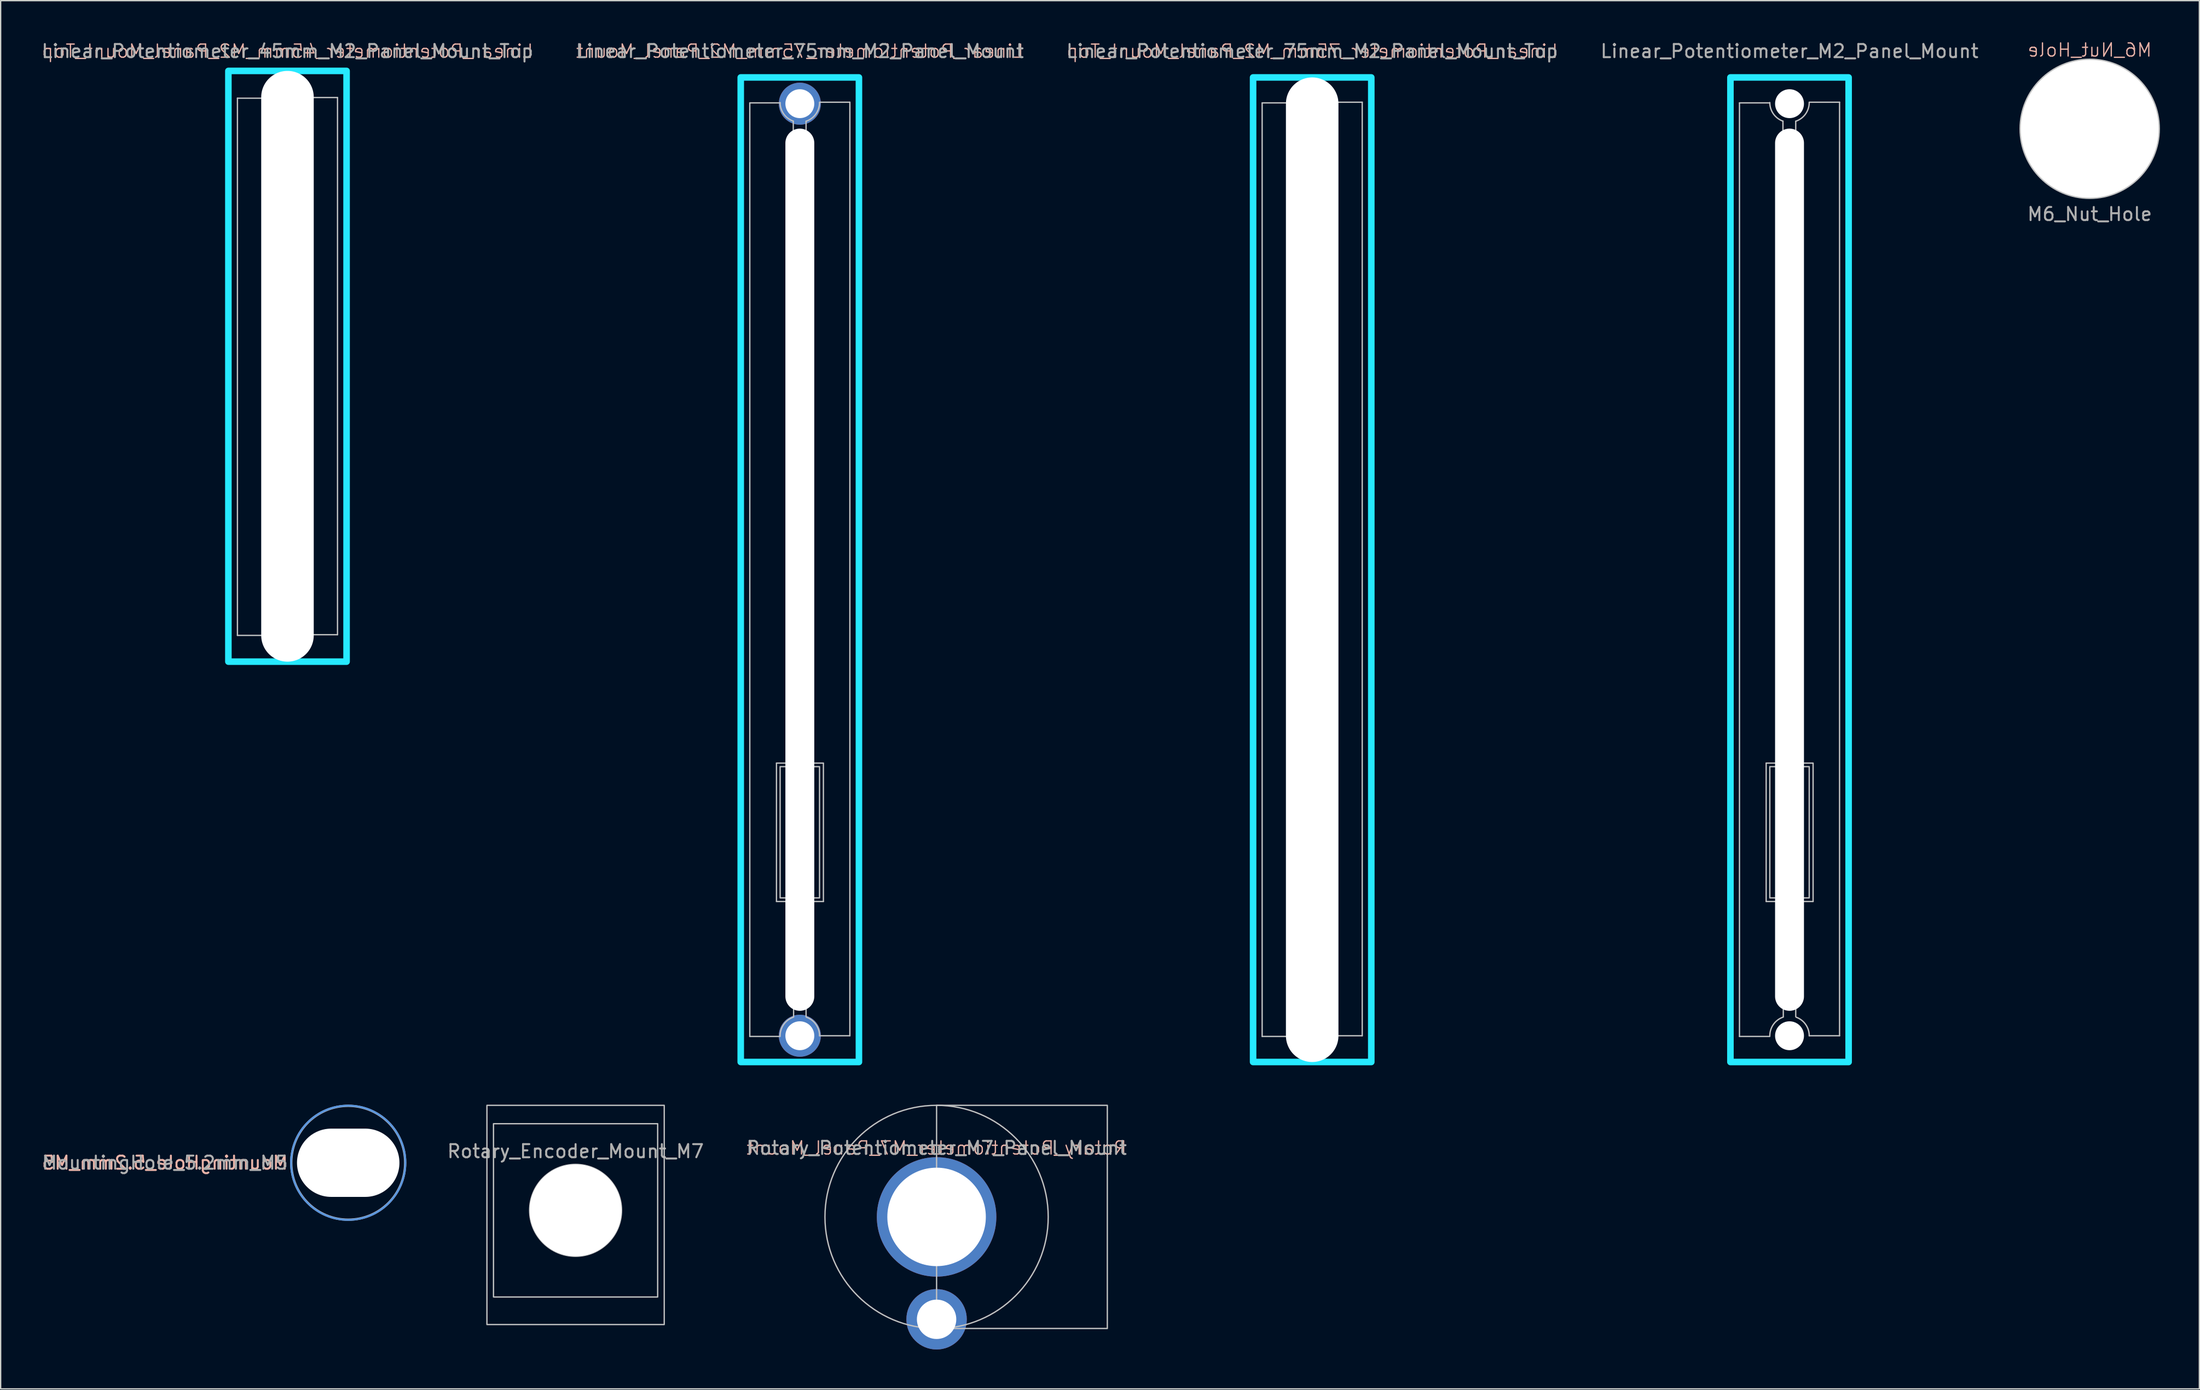
<source format=kicad_pcb>
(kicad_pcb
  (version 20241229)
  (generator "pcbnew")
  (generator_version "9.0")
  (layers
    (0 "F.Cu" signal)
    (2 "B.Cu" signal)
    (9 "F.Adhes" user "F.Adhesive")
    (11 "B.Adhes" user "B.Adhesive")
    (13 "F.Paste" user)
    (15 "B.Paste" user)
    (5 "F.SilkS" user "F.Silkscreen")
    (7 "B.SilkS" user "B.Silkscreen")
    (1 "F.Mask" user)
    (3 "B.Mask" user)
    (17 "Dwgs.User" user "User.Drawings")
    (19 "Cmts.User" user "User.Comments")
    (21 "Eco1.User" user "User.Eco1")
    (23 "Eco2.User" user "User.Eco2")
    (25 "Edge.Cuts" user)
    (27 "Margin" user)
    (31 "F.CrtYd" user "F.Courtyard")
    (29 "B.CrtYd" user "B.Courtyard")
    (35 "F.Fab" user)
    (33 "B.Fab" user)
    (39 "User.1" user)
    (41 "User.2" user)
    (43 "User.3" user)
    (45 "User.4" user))
  (footprint "M6_Nut_Hole"
    (layer "F.Cu")
    (at 156.064 6.761)
    (property "Reference" "M6_Nut_Hole" (at 0 -6 0) (unlocked yes) (layer "B.SilkS") (effects (font (size 1 1) (thickness 0.1)) (justify mirror)))
    (attr exclude_from_pos_files exclude_from_bom)
    (fp_circle (center 0 0) (end 5.25 0) (stroke (width 0.2) (type solid)) (fill no) (layer "Dwgs.User"))
    (fp_text user "${REFERENCE}" (at 0 6.5 0) (unlocked yes) (layer "F.Fab") (effects (font (size 1 1) (thickness 0.15))))
    (pad "" np_thru_hole circle (at 0 0) (size 10.5 10.5) (drill 10.5) (layers "*.Cu" "*.Mask")))
  (footprint "Rotary_Potentiometer_M7_Panel_Mount"
    (layer "F.Cu")
    (at 68.264 89.648)
    (property "Reference" "Rotary_Potentiometer_M7_Panel_Mount" (at 0 -5.25 0) (unlocked yes) (layer "B.SilkS") (effects (font (size 1 1) (thickness 0.1)) (justify mirror)))
    (attr through_hole)
    (fp_rect (start 0 -8.5) (end 13 8.5) (stroke (width 0.1) (type default)) (fill no) (layer "Dwgs.User"))
    (fp_circle (center 0 0) (end 8.5 0) (stroke (width 0.1) (type default)) (fill no) (layer "Dwgs.User"))
    (fp_text user "${REFERENCE}" (at 0 -5.25 0) (unlocked yes) (layer "F.Fab") (effects (font (size 1 1) (thickness 0.15))))
    (pad "" thru_hole circle (at 0 0) (size 9.1 9.1) (drill 7.5) (layers "*.Cu" "*.Mask"))
    (pad "" thru_hole circle (at 0 7.8) (size 4.6 4.6) (drill 3) (layers "*.Cu" "*.Mask")))
  (footprint "Linear_Potentiometer_75mm_M2_Panel_Mount"
    (layer "F.Cu")
    (at 57.851 40.348)
    (property "Reference" "Linear_Potentiometer_75mm_M2_Panel_Mount" (at 0 -39.5 0) (unlocked yes) (layer "B.SilkS") (effects (font (size 1 1) (thickness 0.1)) (justify mirror)))
    (attr through_hole)
    (fp_line (start -3.81 35.552) (end -3.81 -35.56) (stroke (width 0.1) (type default)) (layer "Dwgs.User"))
    (fp_line (start -3.81 35.552) (end -1.501 35.552) (stroke (width 0.1) (type default)) (layer "Dwgs.User"))
    (fp_line (start -1.778 14.732) (end -0.508 14.732) (stroke (width 0.1) (type default)) (layer "Dwgs.User"))
    (fp_line (start -1.778 25.273) (end -1.778 14.732) (stroke (width 0.1) (type default)) (layer "Dwgs.User"))
    (fp_line (start -1.5 -35.56) (end -3.81 -35.56) (stroke (width 0.1) (type default)) (layer "Dwgs.User"))
    (fp_line (start -0.508 14.732) (end -0.5 -34.171) (stroke (width 0.1) (type default)) (layer "Dwgs.User"))
    (fp_line (start -0.474 25.273) (end -1.778 25.273) (stroke (width 0.1) (type default)) (layer "Dwgs.User"))
    (fp_line (start -0.474 34.036) (end -0.474 25.273) (stroke (width 0.1) (type default)) (layer "Dwgs.User"))
    (fp_line (start 0 -32.5) (end 0 32.5) (stroke (width 0.1) (type default)) (layer "Dwgs.User"))
    (fp_line (start 0.474 34.036) (end 0.474 25.273) (stroke (width 0.1) (type default)) (layer "Dwgs.User"))
    (fp_line (start 0.508 14.732) (end 0.474 -34.163) (stroke (width 0.1) (type default)) (layer "Dwgs.User"))
    (fp_line (start 0.508 14.732) (end 1.778 14.732) (stroke (width 0.1) (type default)) (layer "Dwgs.User"))
    (fp_line (start 1.501 35.5) (end 3.81 35.5) (stroke (width 0.1) (type default)) (layer "Dwgs.User"))
    (fp_line (start 1.795 25.273) (end 0.491 25.273) (stroke (width 0.1) (type default)) (layer "Dwgs.User"))
    (fp_line (start 1.795 25.273) (end 1.795 14.732) (stroke (width 0.1) (type default)) (layer "Dwgs.User"))
    (fp_line (start 3.81 -35.612) (end 1.5 -35.612) (stroke (width 0.1) (type default)) (layer "Dwgs.User"))
    (fp_line (start 3.81 35.5) (end 3.81 -35.612) (stroke (width 0.1) (type default)) (layer "Dwgs.User"))
    (fp_rect (start -1.5 15) (end 1.5 25) (stroke (width 0.1) (type solid)) (fill no) (layer "Dwgs.User"))
    (fp_arc (start -1.5 35.5) (mid -1.216864 34.622934) (end -0.474342 34.076975) (stroke (width 0.1) (type default)) (layer "Dwgs.User"))
    (fp_arc (start -0.5 -34.170842) (mid -1.225397 -34.71934) (end -1.500914 -35.586025) (stroke (width 0.1) (type default)) (layer "Dwgs.User"))
    (fp_arc (start 0.5 34.084817) (mid 1.225397 34.633315) (end 1.500914 35.5) (stroke (width 0.1) (type default)) (layer "Dwgs.User"))
    (fp_arc (start 1.5 -35.586025) (mid 1.216864 -34.708959) (end 0.474342 -34.163) (stroke (width 0.1) (type default)) (layer "Dwgs.User"))
    (fp_rect (start -4.5 -37.5) (end 4.5 37.5) (stroke (width 0.5) (type default)) (fill no) (layer "B.CrtYd"))
    (fp_text user "${REFERENCE}" (at 0 -39.5 0) (unlocked yes) (layer "F.Fab") (effects (font (size 1 1) (thickness 0.15))))
    (pad "" thru_hole circle (at 0 -35.5) (size 3.2 3.2) (drill 2.2) (layers "*.Cu" "*.Mask"))
    (pad "" np_thru_hole oval (at 0 0) (size 2.2 67.2) (drill oval 2.2 67.2) (layers "*.Cu" "*.Mask"))
    (pad "" thru_hole circle (at 0 35.5) (size 3.2 3.2) (drill 2.2) (layers "*.Cu" "*.Mask")))
  (footprint "Linear_Potentiometer_45mm_M2_Panel_Mount_Top"
    (layer "F.Cu")
    (at 18.839 24.851)
    (property "Reference" "Linear_Potentiometer_45mm_M2_Panel_Mount_Top" (at 0 -24.003 0) (unlocked yes) (layer "B.SilkS") (effects (font (size 1 1) (thickness 0.1)) (justify mirror)))
    (attr through_hole)
    (fp_line (start -3.81 20.499) (end -3.81 -20.421) (stroke (width 0.1) (type default)) (layer "Dwgs.User"))
    (fp_line (start -3.81 20.499) (end -1.501 20.499) (stroke (width 0.1) (type default)) (layer "Dwgs.User"))
    (fp_line (start -1.778 -0.321) (end -0.508 -0.321) (stroke (width 0.1) (type default)) (layer "Dwgs.User"))
    (fp_line (start -1.778 10.22) (end -1.778 -0.321) (stroke (width 0.1) (type default)) (layer "Dwgs.User"))
    (fp_line (start -1.5 -20.421) (end -3.81 -20.421) (stroke (width 0.1) (type default)) (layer "Dwgs.User"))
    (fp_line (start -0.508 -0.321) (end -0.5 -19.032) (stroke (width 0.1) (type default)) (layer "Dwgs.User"))
    (fp_line (start -0.474 10.22) (end -1.778 10.22) (stroke (width 0.1) (type default)) (layer "Dwgs.User"))
    (fp_line (start -0.474 18.983) (end -0.474 10.22) (stroke (width 0.1) (type default)) (layer "Dwgs.User"))
    (fp_line (start 0 -15) (end 0 15) (stroke (width 0.1) (type default)) (layer "Dwgs.User"))
    (fp_line (start 0.474 18.983) (end 0.474 10.22) (stroke (width 0.1) (type default)) (layer "Dwgs.User"))
    (fp_line (start 0.508 -0.321) (end 0.474 -19.024) (stroke (width 0.1) (type default)) (layer "Dwgs.User"))
    (fp_line (start 0.508 -0.321) (end 1.778 -0.321) (stroke (width 0.1) (type default)) (layer "Dwgs.User"))
    (fp_line (start 1.501 20.447) (end 3.81 20.447) (stroke (width 0.1) (type default)) (layer "Dwgs.User"))
    (fp_line (start 1.795 10.22) (end 0.491 10.22) (stroke (width 0.1) (type default)) (layer "Dwgs.User"))
    (fp_line (start 1.795 10.22) (end 1.795 -0.321) (stroke (width 0.1) (type default)) (layer "Dwgs.User"))
    (fp_line (start 3.81 -20.473) (end 1.5 -20.473) (stroke (width 0.1) (type default)) (layer "Dwgs.User"))
    (fp_line (start 3.81 20.447) (end 3.81 -20.473) (stroke (width 0.1) (type default)) (layer "Dwgs.User"))
    (fp_rect (start -1.5 -0.053) (end 1.5 9.947) (stroke (width 0.1) (type solid)) (fill no) (layer "Dwgs.User"))
    (fp_arc (start -1.499996 20.447003) (mid -1.21686 19.569937) (end -0.474338 19.023978) (stroke (width 0.1) (type default)) (layer "Dwgs.User"))
    (fp_arc (start -0.500004 -19.03182) (mid -1.225401 -19.580318) (end -1.500918 -20.447003) (stroke (width 0.1) (type default)) (layer "Dwgs.User"))
    (fp_arc (start 0.500004 19.03182) (mid 1.225401 19.580318) (end 1.500918 20.447003) (stroke (width 0.1) (type default)) (layer "Dwgs.User"))
    (fp_arc (start 1.499996 -20.447003) (mid 1.21686 -19.569937) (end 0.474338 -19.023978) (stroke (width 0.1) (type default)) (layer "Dwgs.User"))
    (fp_rect (start -4.5 -22.5) (end 4.5 22.5) (stroke (width 0.5) (type default)) (fill no) (layer "B.CrtYd"))
    (fp_text user "${REFERENCE}" (at 0 -24.003 0) (unlocked yes) (layer "F.Fab") (effects (font (size 1 1) (thickness 0.15))))
    (pad "" np_thru_hole oval (at 0 0) (size 4 45) (drill oval 4 45) (layers "*.Cu" "*.Mask")))
  (footprint "Linear_Potentiometer_M2_Panel_Mount"
    (layer "F.Cu")
    (at 133.208 40.348)
    (property "Reference" "Linear_Potentiometer_M2_Panel_Mount" (at 0 -39.5 0) (unlocked yes) (layer "F.SilkS") (effects (font (size 1 1) (thickness 0.1))))
    (attr through_hole)
    (fp_line (start -3.81 35.552) (end -3.81 -35.56) (stroke (width 0.1) (type default)) (layer "Dwgs.User"))
    (fp_line (start -3.81 35.552) (end -1.501 35.552) (stroke (width 0.1) (type default)) (layer "Dwgs.User"))
    (fp_line (start -1.778 14.732) (end -0.508 14.732) (stroke (width 0.1) (type default)) (layer "Dwgs.User"))
    (fp_line (start -1.778 25.273) (end -1.778 14.732) (stroke (width 0.1) (type default)) (layer "Dwgs.User"))
    (fp_line (start -1.5 -35.56) (end -3.81 -35.56) (stroke (width 0.1) (type default)) (layer "Dwgs.User"))
    (fp_line (start -0.508 14.732) (end -0.5 -34.171) (stroke (width 0.1) (type default)) (layer "Dwgs.User"))
    (fp_line (start -0.474 25.273) (end -1.778 25.273) (stroke (width 0.1) (type default)) (layer "Dwgs.User"))
    (fp_line (start -0.474 34.036) (end -0.474 25.273) (stroke (width 0.1) (type default)) (layer "Dwgs.User"))
    (fp_line (start 0 -32.5) (end 0 32.5) (stroke (width 0.1) (type default)) (layer "Dwgs.User"))
    (fp_line (start 0.474 34.036) (end 0.474 25.273) (stroke (width 0.1) (type default)) (layer "Dwgs.User"))
    (fp_line (start 0.508 14.732) (end 0.474 -34.163) (stroke (width 0.1) (type default)) (layer "Dwgs.User"))
    (fp_line (start 0.508 14.732) (end 1.778 14.732) (stroke (width 0.1) (type default)) (layer "Dwgs.User"))
    (fp_line (start 1.501 35.5) (end 3.81 35.5) (stroke (width 0.1) (type default)) (layer "Dwgs.User"))
    (fp_line (start 1.795 25.273) (end 0.491 25.273) (stroke (width 0.1) (type default)) (layer "Dwgs.User"))
    (fp_line (start 1.795 25.273) (end 1.795 14.732) (stroke (width 0.1) (type default)) (layer "Dwgs.User"))
    (fp_line (start 3.81 -35.612) (end 1.5 -35.612) (stroke (width 0.1) (type default)) (layer "Dwgs.User"))
    (fp_line (start 3.81 35.5) (end 3.81 -35.612) (stroke (width 0.1) (type default)) (layer "Dwgs.User"))
    (fp_rect (start -1.5 15) (end 1.5 25) (stroke (width 0.1) (type solid)) (fill no) (layer "Dwgs.User"))
    (fp_arc (start -1.5 35.5) (mid -1.216864 34.622934) (end -0.474342 34.076975) (stroke (width 0.1) (type default)) (layer "Dwgs.User"))
    (fp_arc (start -0.5 -34.170842) (mid -1.225397 -34.71934) (end -1.500914 -35.586025) (stroke (width 0.1) (type default)) (layer "Dwgs.User"))
    (fp_arc (start 0.5 34.084817) (mid 1.225397 34.633315) (end 1.500914 35.5) (stroke (width 0.1) (type default)) (layer "Dwgs.User"))
    (fp_arc (start 1.5 -35.586025) (mid 1.216864 -34.708959) (end 0.474342 -34.163) (stroke (width 0.1) (type default)) (layer "Dwgs.User"))
    (fp_rect (start -4.5 -37.5) (end 4.5 37.5) (stroke (width 0.5) (type default)) (fill no) (layer "B.CrtYd"))
    (fp_text user "${REFERENCE}" (at 0 -39.5 0) (unlocked yes) (layer "F.Fab") (effects (font (size 1 1) (thickness 0.15))))
    (pad "" np_thru_hole circle (at 0 -35.5) (size 2.2 2.2) (drill 2.2) (layers "*.Cu" "*.Mask"))
    (pad "" np_thru_hole oval (at 0 0) (size 2.2 67.2) (drill oval 2.2 67.2) (layers "*.Cu" "*.Mask"))
    (pad "" np_thru_hole circle (at 0 35.5) (size 2.2 2.2) (drill 2.2) (layers "*.Cu" "*.Mask")))
  (footprint "Rotary_Encoder_Mount_M7"
    (layer "F.Cu")
    (at 40.776 89.148)
    (property "Reference" "Rotary_Encoder_Mount_M7" (at 0 -4.5 0) (unlocked yes) (layer "F.SilkS") (effects (font (size 1 1) (thickness 0.1))))
    (attr through_hole)
    (fp_rect (start -6.75 -8) (end 6.75 8.7) (stroke (width 0.1) (type default)) (fill no) (layer "Dwgs.User"))
    (fp_rect (start -6.25 -6.6) (end 6.25 6.6) (stroke (width 0.1) (type default)) (fill no) (layer "Dwgs.User"))
    (fp_circle (center 0 0) (end 3.5 0) (stroke (width 0.1) (type default)) (fill no) (layer "Dwgs.User"))
    (fp_text user "${REFERENCE}" (at 0 -4.5 0) (unlocked yes) (layer "F.Fab") (effects (font (size 1 1) (thickness 0.15))))
    (pad "" np_thru_hole circle (at 0 0) (size 7 7) (drill 7) (layers "*.Cu" "*.Mask")))
  (footprint "MountingHole_5.2mm_M5"
    (layer "F.Cu")
    (at 23.464 85.523)
    (property "Reference" "MountingHole_5.2mm_M5" (at -4.5 0 0) (layer "B.SilkS") (effects (font (size 1 1) (thickness 0.15)) (justify left mirror)))
    (attr exclude_from_pos_files exclude_from_bom)
    (fp_circle (center 0 0) (end 4.3 0) (stroke (width 0.1) (type solid)) (fill no) (layer "Dwgs.User"))
    (fp_circle (center 0 0) (end 4.4 0) (stroke (width 0.05) (type solid)) (fill no) (layer "Dwgs.User"))
    (fp_circle (center 0 0) (end 4.35 0) (stroke (width 0.15) (type solid)) (fill no) (layer "Cmts.User"))
    (fp_text user "${REFERENCE}" (at -4.5 0 0) (layer "F.Fab") (effects (font (size 1 1) (thickness 0.15)) (justify right)))
    (pad "" np_thru_hole oval (at 0 0) (size 7.8 5.2) (drill oval 7.8 5.2) (layers "*.Cu" "*.Mask")))
  (footprint "Linear_Potentiometer_75mm_M2_Panel_Mount_Top"
    (layer "F.Cu")
    (at 96.863 40.348)
    (property "Reference" "Linear_Potentiometer_75mm_M2_Panel_Mount_Top" (at 0 -39.5 0) (unlocked yes) (layer "B.SilkS") (effects (font (size 1 1) (thickness 0.1)) (justify mirror)))
    (attr through_hole)
    (fp_line (start -3.81 35.552) (end -3.81 -35.56) (stroke (width 0.1) (type default)) (layer "Dwgs.User"))
    (fp_line (start -3.81 35.552) (end -1.501 35.552) (stroke (width 0.1) (type default)) (layer "Dwgs.User"))
    (fp_line (start -1.778 14.732) (end -0.508 14.732) (stroke (width 0.1) (type default)) (layer "Dwgs.User"))
    (fp_line (start -1.778 25.273) (end -1.778 14.732) (stroke (width 0.1) (type default)) (layer "Dwgs.User"))
    (fp_line (start -1.5 -35.56) (end -3.81 -35.56) (stroke (width 0.1) (type default)) (layer "Dwgs.User"))
    (fp_line (start -0.508 14.732) (end -0.5 -34.171) (stroke (width 0.1) (type default)) (layer "Dwgs.User"))
    (fp_line (start -0.474 25.273) (end -1.778 25.273) (stroke (width 0.1) (type default)) (layer "Dwgs.User"))
    (fp_line (start -0.474 34.036) (end -0.474 25.273) (stroke (width 0.1) (type default)) (layer "Dwgs.User"))
    (fp_line (start 0 -32.5) (end 0 32.5) (stroke (width 0.1) (type default)) (layer "Dwgs.User"))
    (fp_line (start 0.474 34.036) (end 0.474 25.273) (stroke (width 0.1) (type default)) (layer "Dwgs.User"))
    (fp_line (start 0.508 14.732) (end 0.474 -34.163) (stroke (width 0.1) (type default)) (layer "Dwgs.User"))
    (fp_line (start 0.508 14.732) (end 1.778 14.732) (stroke (width 0.1) (type default)) (layer "Dwgs.User"))
    (fp_line (start 1.501 35.5) (end 3.81 35.5) (stroke (width 0.1) (type default)) (layer "Dwgs.User"))
    (fp_line (start 1.795 25.273) (end 0.491 25.273) (stroke (width 0.1) (type default)) (layer "Dwgs.User"))
    (fp_line (start 1.795 25.273) (end 1.795 14.732) (stroke (width 0.1) (type default)) (layer "Dwgs.User"))
    (fp_line (start 3.81 -35.612) (end 1.5 -35.612) (stroke (width 0.1) (type default)) (layer "Dwgs.User"))
    (fp_line (start 3.81 35.5) (end 3.81 -35.612) (stroke (width 0.1) (type default)) (layer "Dwgs.User"))
    (fp_rect (start -1.5 15) (end 1.5 25) (stroke (width 0.1) (type solid)) (fill no) (layer "Dwgs.User"))
    (fp_arc (start -1.5 35.5) (mid -1.216864 34.622934) (end -0.474342 34.076975) (stroke (width 0.1) (type default)) (layer "Dwgs.User"))
    (fp_arc (start -0.5 -34.170842) (mid -1.225397 -34.71934) (end -1.500914 -35.586025) (stroke (width 0.1) (type default)) (layer "Dwgs.User"))
    (fp_arc (start 0.5 34.084817) (mid 1.225397 34.633315) (end 1.500914 35.5) (stroke (width 0.1) (type default)) (layer "Dwgs.User"))
    (fp_arc (start 1.5 -35.586025) (mid 1.216864 -34.708959) (end 0.474342 -34.163) (stroke (width 0.1) (type default)) (layer "Dwgs.User"))
    (fp_rect (start -4.5 -37.5) (end 4.5 37.5) (stroke (width 0.5) (type default)) (fill no) (layer "B.CrtYd"))
    (fp_text user "${REFERENCE}" (at 0 -39.5 0) (unlocked yes) (layer "F.Fab") (effects (font (size 1 1) (thickness 0.15))))
    (pad "" np_thru_hole oval (at 0 0) (size 4 75) (drill oval 4 75) (layers "*.Cu" "*.Mask")))
  (gr_rect
    (start -3 -3)
    (end 164.414 102.748)
    (stroke (width 0.1) (type default))
    (fill no)
    (layer "Edge.Cuts")))
</source>
